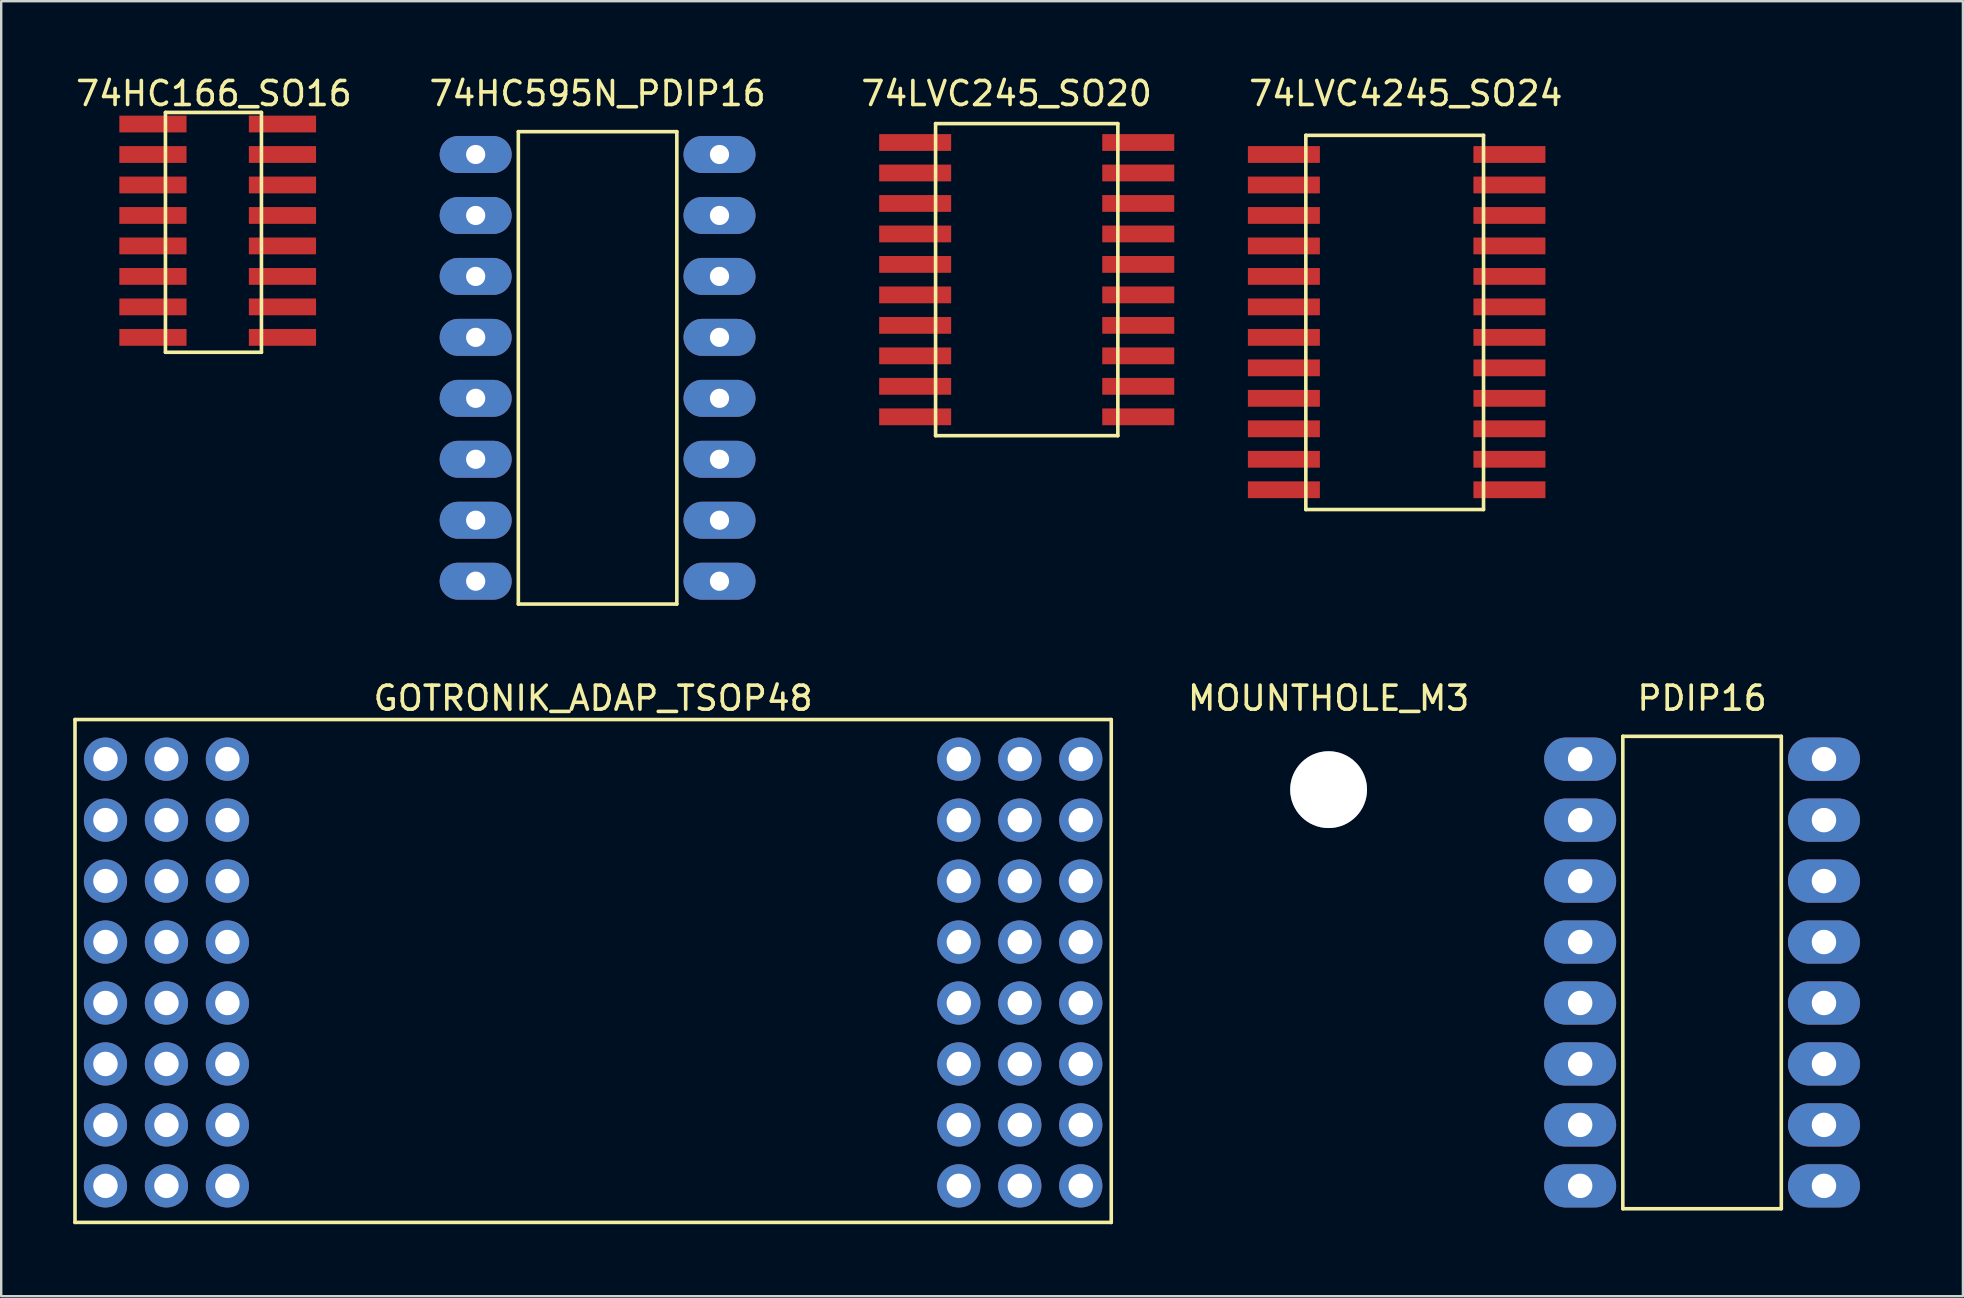
<source format=kicad_pcb>
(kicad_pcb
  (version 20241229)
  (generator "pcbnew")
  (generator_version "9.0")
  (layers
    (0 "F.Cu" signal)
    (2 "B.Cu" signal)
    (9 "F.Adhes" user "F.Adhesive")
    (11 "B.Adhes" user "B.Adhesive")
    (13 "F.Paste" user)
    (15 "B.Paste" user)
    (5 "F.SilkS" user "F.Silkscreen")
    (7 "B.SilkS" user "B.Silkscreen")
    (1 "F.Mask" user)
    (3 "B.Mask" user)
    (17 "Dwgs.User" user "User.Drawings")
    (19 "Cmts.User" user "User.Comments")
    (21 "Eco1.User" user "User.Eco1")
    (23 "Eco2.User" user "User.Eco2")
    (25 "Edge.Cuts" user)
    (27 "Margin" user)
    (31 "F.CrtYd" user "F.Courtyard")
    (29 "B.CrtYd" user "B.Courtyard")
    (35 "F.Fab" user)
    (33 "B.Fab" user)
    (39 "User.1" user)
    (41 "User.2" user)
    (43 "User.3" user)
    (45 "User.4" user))
  (footprint "74LVC245_SO20"
    (layer "F.Cu")
    (at 38.894 7.968)
    (property "Reference" "74LVC245_SO20" (at 0 -7.12 0) (layer "F.SilkS") (effects (font (size 1 1) (thickness 0.15))))
    (attr through_hole)
    (fp_line (start -2.959 -5.867) (end 4.636 -5.867) (stroke (width 0.15) (type solid)) (layer "F.SilkS"))
    (fp_line (start -2.959 7.137) (end -2.959 -5.867) (stroke (width 0.15) (type solid)) (layer "F.SilkS"))
    (fp_line (start 4.636 -5.867) (end 4.636 7.137) (stroke (width 0.15) (type solid)) (layer "F.SilkS"))
    (fp_line (start 4.636 7.137) (end -2.959 7.137) (stroke (width 0.15) (type solid)) (layer "F.SilkS"))
    (pad "1" smd rect (at -3.81 -5.08) (size 3 0.7) (layers "F.Cu" "F.Mask" "F.Paste"))
    (pad "2" smd rect (at -3.81 -3.81) (size 3 0.7) (layers "F.Cu" "F.Mask" "F.Paste"))
    (pad "3" smd rect (at -3.81 -2.54) (size 3 0.7) (layers "F.Cu" "F.Mask" "F.Paste"))
    (pad "4" smd rect (at -3.81 -1.27) (size 3 0.7) (layers "F.Cu" "F.Mask" "F.Paste"))
    (pad "5" smd rect (at -3.81 0) (size 3 0.7) (layers "F.Cu" "F.Mask" "F.Paste"))
    (pad "6" smd rect (at -3.81 1.27) (size 3 0.7) (layers "F.Cu" "F.Mask" "F.Paste"))
    (pad "7" smd rect (at -3.81 2.54) (size 3 0.7) (layers "F.Cu" "F.Mask" "F.Paste"))
    (pad "8" smd rect (at -3.81 3.81) (size 3 0.7) (layers "F.Cu" "F.Mask" "F.Paste"))
    (pad "9" smd rect (at -3.81 5.08) (size 3 0.7) (layers "F.Cu" "F.Mask" "F.Paste"))
    (pad "10" smd rect (at -3.81 6.35) (size 3 0.7) (layers "F.Cu" "F.Mask" "F.Paste"))
    (pad "11" smd rect (at 5.486 6.35) (size 3 0.7) (layers "F.Cu" "F.Mask" "F.Paste"))
    (pad "12" smd rect (at 5.486 5.08) (size 3 0.7) (layers "F.Cu" "F.Mask" "F.Paste"))
    (pad "13" smd rect (at 5.486 3.81) (size 3 0.7) (layers "F.Cu" "F.Mask" "F.Paste"))
    (pad "14" smd rect (at 5.486 2.54) (size 3 0.7) (layers "F.Cu" "F.Mask" "F.Paste"))
    (pad "15" smd rect (at 5.486 1.27) (size 3 0.7) (layers "F.Cu" "F.Mask" "F.Paste"))
    (pad "16" smd rect (at 5.486 0) (size 3 0.7) (layers "F.Cu" "F.Mask" "F.Paste"))
    (pad "17" smd rect (at 5.486 -1.27) (size 3 0.7) (layers "F.Cu" "F.Mask" "F.Paste"))
    (pad "18" smd rect (at 5.486 -2.54) (size 3 0.7) (layers "F.Cu" "F.Mask" "F.Paste"))
    (pad "19" smd rect (at 5.486 -3.81) (size 3 0.7) (layers "F.Cu" "F.Mask" "F.Paste"))
    (pad "20" smd rect (at 5.486 -5.08) (size 3 0.7) (layers "F.Cu" "F.Mask" "F.Paste")))
  (footprint "74HC166_SO16"
    (layer "F.Cu")
    (at 5.863 7.198)
    (property "Reference" "74HC166_SO16" (at 0 -6.35 0) (layer "F.SilkS") (effects (font (size 1 1) (thickness 0.15))))
    (attr through_hole)
    (fp_line (start -2.019 -5.563) (end 1.981 -5.563) (stroke (width 0.15) (type solid)) (layer "F.SilkS"))
    (fp_line (start -2.019 4.432) (end -2.019 -5.563) (stroke (width 0.15) (type solid)) (layer "F.SilkS"))
    (fp_line (start 1.981 -5.563) (end 1.981 4.432) (stroke (width 0.15) (type solid)) (layer "F.SilkS"))
    (fp_line (start 1.981 4.432) (end -2.019 4.432) (stroke (width 0.15) (type solid)) (layer "F.SilkS"))
    (pad "1" smd rect (at -2.54 -5.08) (size 2.8 0.7) (layers "F.Cu" "F.Mask" "F.Paste"))
    (pad "2" smd rect (at -2.54 -3.81) (size 2.8 0.7) (layers "F.Cu" "F.Mask" "F.Paste"))
    (pad "3" smd rect (at -2.54 -2.54) (size 2.8 0.7) (layers "F.Cu" "F.Mask" "F.Paste"))
    (pad "4" smd rect (at -2.54 -1.27) (size 2.8 0.7) (layers "F.Cu" "F.Mask" "F.Paste"))
    (pad "5" smd rect (at -2.54 0) (size 2.8 0.7) (layers "F.Cu" "F.Mask" "F.Paste"))
    (pad "6" smd rect (at -2.54 1.27) (size 2.8 0.7) (layers "F.Cu" "F.Mask" "F.Paste"))
    (pad "7" smd rect (at -2.54 2.54) (size 2.8 0.7) (layers "F.Cu" "F.Mask" "F.Paste"))
    (pad "8" smd rect (at -2.54 3.81) (size 2.8 0.7) (layers "F.Cu" "F.Mask" "F.Paste"))
    (pad "9" smd rect (at 2.857 3.81) (size 2.8 0.7) (layers "F.Cu" "F.Mask" "F.Paste"))
    (pad "10" smd rect (at 2.857 2.54) (size 2.8 0.7) (layers "F.Cu" "F.Mask" "F.Paste"))
    (pad "11" smd rect (at 2.857 1.27) (size 2.8 0.7) (layers "F.Cu" "F.Mask" "F.Paste"))
    (pad "12" smd rect (at 2.857 0) (size 2.8 0.7) (layers "F.Cu" "F.Mask" "F.Paste"))
    (pad "13" smd rect (at 2.857 -1.27) (size 2.8 0.7) (layers "F.Cu" "F.Mask" "F.Paste"))
    (pad "14" smd rect (at 2.857 -2.54) (size 2.8 0.7) (layers "F.Cu" "F.Mask" "F.Paste"))
    (pad "15" smd rect (at 2.857 -3.81) (size 2.8 0.7) (layers "F.Cu" "F.Mask" "F.Paste"))
    (pad "16" smd rect (at 2.857 -5.08) (size 2.8 0.7) (layers "F.Cu" "F.Mask" "F.Paste")))
  (footprint "GOTRONIK_ADAP_TSOP48"
    (layer "F.Cu")
    (at 6.425 28.584)
    (property "Reference" "GOTRONIK_ADAP_TSOP48" (at 15.24 -2.54 0) (layer "F.SilkS") (effects (font (size 1 1) (thickness 0.15))))
    (attr through_hole)
    (fp_line (start -6.35 -1.651) (end 36.83 -1.651) (stroke (width 0.15) (type solid)) (layer "F.SilkS"))
    (fp_line (start -6.35 19.304) (end -6.35 -1.651) (stroke (width 0.15) (type solid)) (layer "F.SilkS"))
    (fp_line (start 36.83 -1.651) (end 36.83 19.304) (stroke (width 0.15) (type solid)) (layer "F.SilkS"))
    (fp_line (start 36.83 19.304) (end -6.35 19.304) (stroke (width 0.15) (type solid)) (layer "F.SilkS"))
    (pad "1" thru_hole circle (at 0 0) (size 1.8 1.8) (drill 1.02) (layers "*.Cu" "*.Mask"))
    (pad "2" thru_hole circle (at -2.54 0) (size 1.8 1.8) (drill 1.02) (layers "*.Cu" "*.Mask"))
    (pad "3" thru_hole circle (at -5.08 0) (size 1.8 1.8) (drill 1.02) (layers "*.Cu" "*.Mask"))
    (pad "4" thru_hole circle (at 0 2.54) (size 1.8 1.8) (drill 1.02) (layers "*.Cu" "*.Mask"))
    (pad "5" thru_hole circle (at -2.54 2.54) (size 1.8 1.8) (drill 1.02) (layers "*.Cu" "*.Mask"))
    (pad "6" thru_hole circle (at -5.08 2.54) (size 1.8 1.8) (drill 1.02) (layers "*.Cu" "*.Mask"))
    (pad "7" thru_hole circle (at 0 5.08) (size 1.8 1.8) (drill 1.02) (layers "*.Cu" "*.Mask"))
    (pad "8" thru_hole circle (at -2.54 5.08) (size 1.8 1.8) (drill 1.02) (layers "*.Cu" "*.Mask"))
    (pad "9" thru_hole circle (at -5.08 5.08) (size 1.8 1.8) (drill 1.02) (layers "*.Cu" "*.Mask"))
    (pad "10" thru_hole circle (at 0 7.62) (size 1.8 1.8) (drill 1.02) (layers "*.Cu" "*.Mask"))
    (pad "11" thru_hole circle (at -2.54 7.62) (size 1.8 1.8) (drill 1.02) (layers "*.Cu" "*.Mask"))
    (pad "12" thru_hole circle (at -5.08 7.62) (size 1.8 1.8) (drill 1.02) (layers "*.Cu" "*.Mask"))
    (pad "13" thru_hole circle (at 0 10.16) (size 1.8 1.8) (drill 1.02) (layers "*.Cu" "*.Mask"))
    (pad "14" thru_hole circle (at -2.54 10.16) (size 1.8 1.8) (drill 1.02) (layers "*.Cu" "*.Mask"))
    (pad "15" thru_hole circle (at -5.08 10.16) (size 1.8 1.8) (drill 1.02) (layers "*.Cu" "*.Mask"))
    (pad "16" thru_hole circle (at 0 12.7) (size 1.8 1.8) (drill 1.02) (layers "*.Cu" "*.Mask"))
    (pad "17" thru_hole circle (at -2.54 12.7) (size 1.8 1.8) (drill 1.02) (layers "*.Cu" "*.Mask"))
    (pad "18" thru_hole circle (at -5.08 12.7) (size 1.8 1.8) (drill 1.02) (layers "*.Cu" "*.Mask"))
    (pad "19" thru_hole circle (at 0 15.24) (size 1.8 1.8) (drill 1.02) (layers "*.Cu" "*.Mask"))
    (pad "20" thru_hole circle (at -2.54 15.24) (size 1.8 1.8) (drill 1.02) (layers "*.Cu" "*.Mask"))
    (pad "21" thru_hole circle (at -5.08 15.24) (size 1.8 1.8) (drill 1.02) (layers "*.Cu" "*.Mask"))
    (pad "22" thru_hole circle (at 0 17.78) (size 1.8 1.8) (drill 1.02) (layers "*.Cu" "*.Mask"))
    (pad "23" thru_hole circle (at -2.54 17.78) (size 1.8 1.8) (drill 1.02) (layers "*.Cu" "*.Mask"))
    (pad "24" thru_hole circle (at -5.08 17.78) (size 1.8 1.8) (drill 1.02) (layers "*.Cu" "*.Mask"))
    (pad "25" thru_hole circle (at 35.56 17.78) (size 1.8 1.8) (drill 1.02) (layers "*.Cu" "*.Mask"))
    (pad "26" thru_hole circle (at 33.02 17.78) (size 1.8 1.8) (drill 1.02) (layers "*.Cu" "*.Mask"))
    (pad "27" thru_hole circle (at 30.48 17.78) (size 1.8 1.8) (drill 1.02) (layers "*.Cu" "*.Mask"))
    (pad "28" thru_hole circle (at 35.56 15.24) (size 1.8 1.8) (drill 1.02) (layers "*.Cu" "*.Mask"))
    (pad "29" thru_hole circle (at 33.02 15.24) (size 1.8 1.8) (drill 1.02) (layers "*.Cu" "*.Mask"))
    (pad "30" thru_hole circle (at 30.48 15.24) (size 1.8 1.8) (drill 1.02) (layers "*.Cu" "*.Mask"))
    (pad "31" thru_hole circle (at 35.56 12.7) (size 1.8 1.8) (drill 1.02) (layers "*.Cu" "*.Mask"))
    (pad "32" thru_hole circle (at 33.02 12.7) (size 1.8 1.8) (drill 1.02) (layers "*.Cu" "*.Mask"))
    (pad "33" thru_hole circle (at 30.48 12.7) (size 1.8 1.8) (drill 1.02) (layers "*.Cu" "*.Mask"))
    (pad "34" thru_hole circle (at 35.56 10.16) (size 1.8 1.8) (drill 1.02) (layers "*.Cu" "*.Mask"))
    (pad "35" thru_hole circle (at 33.02 10.16) (size 1.8 1.8) (drill 1.02) (layers "*.Cu" "*.Mask"))
    (pad "36" thru_hole circle (at 30.48 10.16) (size 1.8 1.8) (drill 1.02) (layers "*.Cu" "*.Mask"))
    (pad "37" thru_hole circle (at 35.56 7.62) (size 1.8 1.8) (drill 1.02) (layers "*.Cu" "*.Mask"))
    (pad "38" thru_hole circle (at 33.02 7.62) (size 1.8 1.8) (drill 1.02) (layers "*.Cu" "*.Mask"))
    (pad "39" thru_hole circle (at 30.48 7.62) (size 1.8 1.8) (drill 1.02) (layers "*.Cu" "*.Mask"))
    (pad "40" thru_hole circle (at 35.56 5.08) (size 1.8 1.8) (drill 1.02) (layers "*.Cu" "*.Mask"))
    (pad "41" thru_hole circle (at 33.02 5.08) (size 1.8 1.8) (drill 1.02) (layers "*.Cu" "*.Mask"))
    (pad "42" thru_hole circle (at 30.48 5.08) (size 1.8 1.8) (drill 1.02) (layers "*.Cu" "*.Mask"))
    (pad "43" thru_hole circle (at 35.56 2.54) (size 1.8 1.8) (drill 1.02) (layers "*.Cu" "*.Mask"))
    (pad "44" thru_hole circle (at 33.02 2.54) (size 1.8 1.8) (drill 1.02) (layers "*.Cu" "*.Mask"))
    (pad "45" thru_hole circle (at 30.48 2.54) (size 1.8 1.8) (drill 1.02) (layers "*.Cu" "*.Mask"))
    (pad "46" thru_hole circle (at 35.56 0) (size 1.8 1.8) (drill 1.02) (layers "*.Cu" "*.Mask"))
    (pad "47" thru_hole circle (at 33.02 0) (size 1.8 1.8) (drill 1.02) (layers "*.Cu" "*.Mask"))
    (pad "48" thru_hole circle (at 30.48 0) (size 1.8 1.8) (drill 1.02) (layers "*.Cu" "*.Mask")))
  (footprint "74LVC4245_SO24"
    (layer "F.Cu")
    (at 55.529 9.738)
    (property "Reference" "74LVC4245_SO24" (at 0 -8.89 0) (layer "F.SilkS") (effects (font (size 1 1) (thickness 0.15))))
    (attr through_hole)
    (fp_line (start -4.166 -7.15) (end 3.239 -7.15) (stroke (width 0.15) (type solid)) (layer "F.SilkS"))
    (fp_line (start -4.166 8.445) (end -4.166 -7.15) (stroke (width 0.15) (type solid)) (layer "F.SilkS"))
    (fp_line (start 3.239 -7.15) (end 3.239 8.445) (stroke (width 0.15) (type solid)) (layer "F.SilkS"))
    (fp_line (start 3.239 8.445) (end -4.166 8.445) (stroke (width 0.15) (type solid)) (layer "F.SilkS"))
    (pad "1" smd rect (at -5.08 -6.35) (size 3 0.7) (layers "F.Cu" "F.Mask" "F.Paste"))
    (pad "2" smd rect (at -5.08 -5.08) (size 3 0.7) (layers "F.Cu" "F.Mask" "F.Paste"))
    (pad "3" smd rect (at -5.08 -3.81) (size 3 0.7) (layers "F.Cu" "F.Mask" "F.Paste"))
    (pad "4" smd rect (at -5.08 -2.54) (size 3 0.7) (layers "F.Cu" "F.Mask" "F.Paste"))
    (pad "5" smd rect (at -5.08 -1.27) (size 3 0.7) (layers "F.Cu" "F.Mask" "F.Paste"))
    (pad "6" smd rect (at -5.08 0) (size 3 0.7) (layers "F.Cu" "F.Mask" "F.Paste"))
    (pad "7" smd rect (at -5.08 1.27) (size 3 0.7) (layers "F.Cu" "F.Mask" "F.Paste"))
    (pad "8" smd rect (at -5.08 2.54) (size 3 0.7) (layers "F.Cu" "F.Mask" "F.Paste"))
    (pad "9" smd rect (at -5.08 3.81) (size 3 0.7) (layers "F.Cu" "F.Mask" "F.Paste"))
    (pad "10" smd rect (at -5.08 5.08) (size 3 0.7) (layers "F.Cu" "F.Mask" "F.Paste"))
    (pad "11" smd rect (at -5.08 6.35) (size 3 0.7) (layers "F.Cu" "F.Mask" "F.Paste"))
    (pad "12" smd rect (at -5.08 7.62) (size 3 0.7) (layers "F.Cu" "F.Mask" "F.Paste"))
    (pad "13" smd rect (at 4.318 7.62) (size 3 0.7) (layers "F.Cu" "F.Mask" "F.Paste"))
    (pad "14" smd rect (at 4.318 6.35) (size 3 0.7) (layers "F.Cu" "F.Mask" "F.Paste"))
    (pad "15" smd rect (at 4.318 5.08) (size 3 0.7) (layers "F.Cu" "F.Mask" "F.Paste"))
    (pad "16" smd rect (at 4.318 3.81) (size 3 0.7) (layers "F.Cu" "F.Mask" "F.Paste"))
    (pad "17" smd rect (at 4.318 2.54) (size 3 0.7) (layers "F.Cu" "F.Mask" "F.Paste"))
    (pad "18" smd rect (at 4.318 1.27) (size 3 0.7) (layers "F.Cu" "F.Mask" "F.Paste"))
    (pad "19" smd rect (at 4.318 0) (size 3 0.7) (layers "F.Cu" "F.Mask" "F.Paste"))
    (pad "20" smd rect (at 4.318 -1.27) (size 3 0.7) (layers "F.Cu" "F.Mask" "F.Paste"))
    (pad "21" smd rect (at 4.318 -2.54) (size 3 0.7) (layers "F.Cu" "F.Mask" "F.Paste"))
    (pad "22" smd rect (at 4.318 -3.81) (size 3 0.7) (layers "F.Cu" "F.Mask" "F.Paste"))
    (pad "23" smd rect (at 4.318 -5.08) (size 3 0.7) (layers "F.Cu" "F.Mask" "F.Paste"))
    (pad "24" smd rect (at 4.318 -6.35) (size 3 0.7) (layers "F.Cu" "F.Mask" "F.Paste")))
  (footprint "74HC595N_PDIP16"
    (layer "F.Cu")
    (at 29.471 18.628)
    (property "Reference" "74HC595N_PDIP16" (at -7.62 -17.78 0) (layer "F.SilkS") (effects (font (size 1 1) (thickness 0.15))))
    (attr through_hole)
    (fp_line (start -10.922 -16.192) (end -4.318 -16.192) (stroke (width 0.15) (type solid)) (layer "F.SilkS"))
    (fp_line (start -10.922 3.493) (end -10.922 -16.192) (stroke (width 0.15) (type solid)) (layer "F.SilkS"))
    (fp_line (start -4.318 -16.192) (end -4.318 3.493) (stroke (width 0.15) (type solid)) (layer "F.SilkS"))
    (fp_line (start -4.318 3.493) (end -10.922 3.493) (stroke (width 0.15) (type solid)) (layer "F.SilkS"))
    (pad "1" thru_hole oval (at -12.7 -15.24) (size 3 1.54) (drill 0.8) (layers "*.Cu" "*.Mask"))
    (pad "2" thru_hole oval (at -12.7 -12.7) (size 3 1.54) (drill 0.8) (layers "*.Cu" "*.Mask"))
    (pad "3" thru_hole oval (at -12.7 -10.16) (size 3 1.54) (drill 0.8) (layers "*.Cu" "*.Mask"))
    (pad "4" thru_hole oval (at -12.7 -7.62) (size 3 1.54) (drill 0.8) (layers "*.Cu" "*.Mask"))
    (pad "5" thru_hole oval (at -12.7 -5.08) (size 3 1.54) (drill 0.8) (layers "*.Cu" "*.Mask"))
    (pad "6" thru_hole oval (at -12.7 -2.54) (size 3 1.54) (drill 0.8) (layers "*.Cu" "*.Mask"))
    (pad "7" thru_hole oval (at -12.7 0) (size 3 1.54) (drill 0.8) (layers "*.Cu" "*.Mask"))
    (pad "8" thru_hole oval (at -12.7 2.54) (size 3 1.54) (drill 0.8) (layers "*.Cu" "*.Mask"))
    (pad "9" thru_hole oval (at -2.54 2.54) (size 3 1.54) (drill 0.8) (layers "*.Cu" "*.Mask"))
    (pad "10" thru_hole oval (at -2.54 0) (size 3 1.54) (drill 0.8) (layers "*.Cu" "*.Mask"))
    (pad "11" thru_hole oval (at -2.54 -2.54) (size 3 1.54) (drill 0.8) (layers "*.Cu" "*.Mask"))
    (pad "12" thru_hole oval (at -2.54 -5.08) (size 3 1.54) (drill 0.8) (layers "*.Cu" "*.Mask"))
    (pad "13" thru_hole oval (at -2.54 -7.62) (size 3 1.54) (drill 0.8) (layers "*.Cu" "*.Mask"))
    (pad "14" thru_hole oval (at -2.54 -10.16) (size 3 1.54) (drill 0.8) (layers "*.Cu" "*.Mask"))
    (pad "15" thru_hole oval (at -2.54 -12.7) (size 3 1.54) (drill 0.8) (layers "*.Cu" "*.Mask"))
    (pad "16" thru_hole oval (at -2.54 -15.24) (size 3 1.54) (drill 0.8) (layers "*.Cu" "*.Mask")))
  (footprint "PDIP16"
    (layer "F.Cu")
    (at 75.494 43.824)
    (property "Reference" "PDIP16" (at -7.62 -17.78 0) (layer "F.SilkS") (effects (font (size 1 1) (thickness 0.15))))
    (attr through_hole)
    (fp_line (start -10.922 -16.192) (end -4.318 -16.192) (stroke (width 0.15) (type solid)) (layer "F.SilkS"))
    (fp_line (start -10.922 3.493) (end -10.922 -16.192) (stroke (width 0.15) (type solid)) (layer "F.SilkS"))
    (fp_line (start -4.318 -16.192) (end -4.318 3.493) (stroke (width 0.15) (type solid)) (layer "F.SilkS"))
    (fp_line (start -4.318 3.493) (end -10.922 3.493) (stroke (width 0.15) (type solid)) (layer "F.SilkS"))
    (pad "1" thru_hole oval (at -12.7 -15.24) (size 3 1.8) (drill 1.02) (layers "*.Cu" "*.Mask"))
    (pad "2" thru_hole oval (at -12.7 -12.7) (size 3 1.8) (drill 1.02) (layers "*.Cu" "*.Mask"))
    (pad "3" thru_hole oval (at -12.7 -10.16) (size 3 1.8) (drill 1.02) (layers "*.Cu" "*.Mask"))
    (pad "4" thru_hole oval (at -12.7 -7.62) (size 3 1.8) (drill 1.02) (layers "*.Cu" "*.Mask"))
    (pad "5" thru_hole oval (at -12.7 -5.08) (size 3 1.8) (drill 1.02) (layers "*.Cu" "*.Mask"))
    (pad "6" thru_hole oval (at -12.7 -2.54) (size 3 1.8) (drill 1.02) (layers "*.Cu" "*.Mask"))
    (pad "7" thru_hole oval (at -12.7 0) (size 3 1.8) (drill 1.02) (layers "*.Cu" "*.Mask"))
    (pad "8" thru_hole oval (at -12.7 2.54) (size 3 1.8) (drill 1.02) (layers "*.Cu" "*.Mask"))
    (pad "9" thru_hole oval (at -2.54 2.54) (size 3 1.8) (drill 1.02) (layers "*.Cu" "*.Mask"))
    (pad "10" thru_hole oval (at -2.54 0) (size 3 1.8) (drill 1.02) (layers "*.Cu" "*.Mask"))
    (pad "11" thru_hole oval (at -2.54 -2.54) (size 3 1.8) (drill 1.02) (layers "*.Cu" "*.Mask"))
    (pad "12" thru_hole oval (at -2.54 -5.08) (size 3 1.8) (drill 1.02) (layers "*.Cu" "*.Mask"))
    (pad "13" thru_hole oval (at -2.54 -7.62) (size 3 1.8) (drill 1.02) (layers "*.Cu" "*.Mask"))
    (pad "14" thru_hole oval (at -2.54 -10.16) (size 3 1.8) (drill 1.02) (layers "*.Cu" "*.Mask"))
    (pad "15" thru_hole oval (at -2.54 -12.7) (size 3 1.8) (drill 1.02) (layers "*.Cu" "*.Mask"))
    (pad "16" thru_hole oval (at -2.54 -15.24) (size 3 1.8) (drill 1.02) (layers "*.Cu" "*.Mask")))
  (footprint "MOUNTHOLE_M3"
    (layer "F.Cu")
    (at 52.312 29.854)
    (property "Reference" "MOUNTHOLE_M3" (at 0 -3.81 0) (layer "F.SilkS") (effects (font (size 1 1) (thickness 0.15))))
    (attr through_hole)
    (pad "1" thru_hole circle (at 0 0) (size 3.2 3.2) (drill 3.2) (layers "*.Cu" "*.Mask")))
  (gr_rect
    (start -3 -3)
    (end 78.744 50.963)
    (stroke (width 0.1) (type default))
    (fill no)
    (layer "Edge.Cuts")))
</source>
